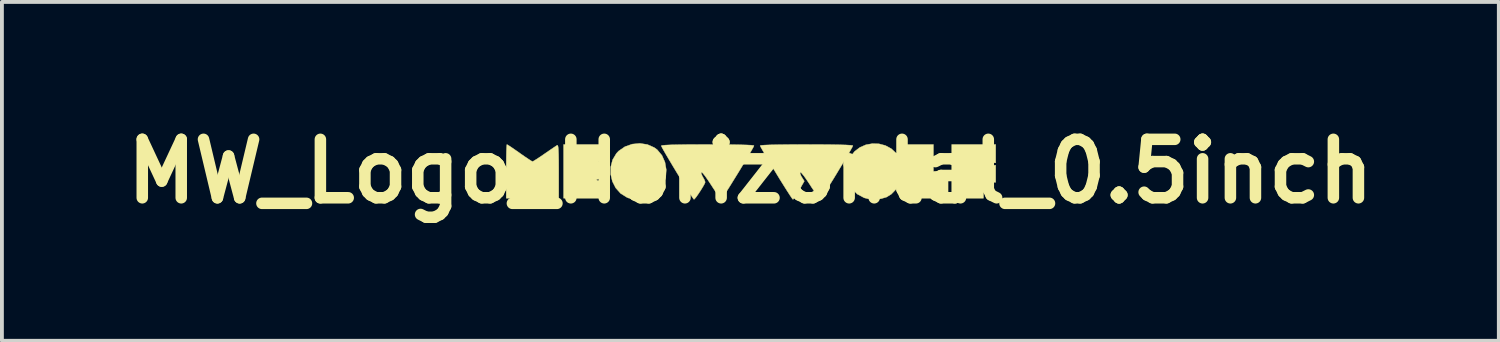
<source format=kicad_pcb>
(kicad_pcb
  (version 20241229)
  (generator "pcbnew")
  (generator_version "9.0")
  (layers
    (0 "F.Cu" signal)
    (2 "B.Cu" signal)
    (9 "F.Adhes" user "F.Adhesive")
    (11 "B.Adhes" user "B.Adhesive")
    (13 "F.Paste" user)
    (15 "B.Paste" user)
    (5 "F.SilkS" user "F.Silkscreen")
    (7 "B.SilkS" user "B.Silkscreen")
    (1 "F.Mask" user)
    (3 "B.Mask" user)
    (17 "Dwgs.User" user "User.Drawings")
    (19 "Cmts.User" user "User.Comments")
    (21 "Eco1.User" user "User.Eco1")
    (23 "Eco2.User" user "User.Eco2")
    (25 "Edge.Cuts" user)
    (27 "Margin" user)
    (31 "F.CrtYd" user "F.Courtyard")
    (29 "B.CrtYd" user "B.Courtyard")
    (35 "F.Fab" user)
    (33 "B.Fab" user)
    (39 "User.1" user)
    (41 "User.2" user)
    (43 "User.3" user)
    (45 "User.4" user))
  (footprint "MW_Logo_Horizontal_0.5inch"
    (layer "F.Cu")
    (at 16.517 1.418)
    (property "Reference" "MW_Logo_Horizontal_0.5inch" (at 0 0 0) (layer "F.SilkS") (effects (font (size 1.524 1.524) (thickness 0.3))))
    (attr through_hole)
    (fp_poly (pts (xy 4.774 0) (xy 5.156 0) (xy 5.156 0.7) (xy 4.074 0.7) (xy 4.074 -0.7) (xy 4.774 -0.7) (xy 4.774 0)) (stroke (width 0.01) (type solid)) (fill yes) (layer "F.SilkS"))
    (fp_poly (pts (xy 6.398 -0.223) (xy 6.255 -0.223) (xy 6.169 -0.216) (xy 6.118 -0.2) (xy 6.111 -0.191) (xy 6.14 -0.172) (xy 6.212 -0.161) (xy 6.255 -0.159) (xy 6.398 -0.159) (xy 6.398 0.286) (xy 6.079 0.286) (xy 6.079 0.7) (xy 5.252 0.7) (xy 5.252 -0.7) (xy 6.398 -0.7) (xy 6.398 -0.223)) (stroke (width 0.01) (type solid)) (fill yes) (layer "F.SilkS"))
    (fp_poly (pts (xy -3.724 -0.255) (xy -3.867 -0.255) (xy -3.962 -0.248) (xy -4.005 -0.227) (xy -4.011 -0.207) (xy -3.992 -0.175) (xy -3.928 -0.161) (xy -3.867 -0.159) (xy -3.724 -0.159) (xy -3.724 0.191) (xy -3.867 0.191) (xy -3.953 0.197) (xy -4.004 0.213) (xy -4.011 0.223) (xy -3.982 0.242) (xy -3.91 0.253) (xy -3.867 0.255) (xy -3.724 0.255) (xy -3.724 0.7) (xy -4.87 0.7) (xy -4.87 -0.7) (xy -3.724 -0.7) (xy -3.724 -0.255)) (stroke (width 0.01) (type solid)) (fill yes) (layer "F.SilkS"))
    (fp_poly (pts (xy -2.684 -0.699) (xy -2.507 -0.621) (xy -2.429 -0.564) (xy -2.304 -0.414) (xy -2.226 -0.236) (xy -2.193 -0.042) (xy -2.206 0.154) (xy -2.265 0.34) (xy -2.37 0.501) (xy -2.44 0.568) (xy -2.6 0.664) (xy -2.791 0.719) (xy -2.989 0.731) (xy -3.175 0.697) (xy -3.215 0.681) (xy -3.382 0.577) (xy -3.511 0.433) (xy -3.598 0.262) (xy -3.642 0.075) (xy -3.64 -0.117) (xy -3.592 -0.301) (xy -3.493 -0.467) (xy -3.433 -0.531) (xy -3.269 -0.644) (xy -3.08 -0.71) (xy -2.88 -0.729) (xy -2.684 -0.699)) (stroke (width 0.01) (type solid)) (fill yes) (layer "F.SilkS"))
    (fp_poly (pts (xy 3.356 -0.717) (xy 3.522 -0.673) (xy 3.675 -0.591) (xy 3.805 -0.47) (xy 3.904 -0.31) (xy 3.964 -0.109) (xy 3.966 -0.101) (xy 3.966 0.091) (xy 3.912 0.281) (xy 3.813 0.454) (xy 3.676 0.595) (xy 3.551 0.672) (xy 3.406 0.714) (xy 3.234 0.728) (xy 3.064 0.714) (xy 2.968 0.69) (xy 2.786 0.592) (xy 2.648 0.451) (xy 2.557 0.271) (xy 2.517 0.058) (xy 2.515 -0.002) (xy 2.541 -0.21) (xy 2.612 -0.383) (xy 2.721 -0.522) (xy 2.858 -0.625) (xy 3.015 -0.693) (xy 3.184 -0.723) (xy 3.356 -0.717)) (stroke (width 0.01) (type solid)) (fill yes) (layer "F.SilkS"))
    (fp_poly (pts (xy -6.317 -0.683) (xy -6.244 -0.636) (xy -6.141 -0.565) (xy -6.019 -0.48) (xy -6.016 -0.477) (xy -5.893 -0.391) (xy -5.789 -0.321) (xy -5.714 -0.273) (xy -5.68 -0.255) (xy -5.68 -0.255) (xy -5.647 -0.272) (xy -5.573 -0.318) (xy -5.47 -0.386) (xy -5.368 -0.456) (xy -5.246 -0.54) (xy -5.142 -0.611) (xy -5.067 -0.661) (xy -5.037 -0.681) (xy -5.024 -0.676) (xy -5.013 -0.64) (xy -5.006 -0.566) (xy -5.001 -0.448) (xy -4.998 -0.28) (xy -4.997 -0.056) (xy -4.997 -0.002) (xy -4.997 0.7) (xy -6.366 0.7) (xy -6.366 0) (xy -6.365 -0.203) (xy -6.363 -0.384) (xy -6.36 -0.531) (xy -6.355 -0.638) (xy -6.35 -0.694) (xy -6.348 -0.7) (xy -6.317 -0.683)) (stroke (width 0.01) (type solid)) (fill yes) (layer "F.SilkS"))
    (fp_poly (pts (xy 1.798 -0.699) (xy 2.082 -0.697) (xy 2.313 -0.693) (xy 2.49 -0.688) (xy 2.609 -0.681) (xy 2.667 -0.673) (xy 2.674 -0.669) (xy 2.658 -0.633) (xy 2.614 -0.553) (xy 2.548 -0.438) (xy 2.464 -0.296) (xy 2.368 -0.137) (xy 2.267 0.031) (xy 2.164 0.2) (xy 2.065 0.359) (xy 1.976 0.5) (xy 1.902 0.615) (xy 1.849 0.695) (xy 1.822 0.73) (xy 1.82 0.731) (xy 1.796 0.705) (xy 1.745 0.635) (xy 1.674 0.531) (xy 1.589 0.403) (xy 1.565 0.365) (xy 1.478 0.233) (xy 1.401 0.125) (xy 1.341 0.051) (xy 1.306 0.018) (xy 1.301 0.018) (xy 1.297 0.054) (xy 1.324 0.122) (xy 1.339 0.147) (xy 1.407 0.256) (xy 1.271 0.494) (xy 1.207 0.602) (xy 1.153 0.684) (xy 1.118 0.728) (xy 1.111 0.732) (xy 1.089 0.706) (xy 1.039 0.633) (xy 0.965 0.519) (xy 0.873 0.373) (xy 0.766 0.202) (xy 0.671 0.046) (xy 0.557 -0.142) (xy 0.455 -0.313) (xy 0.37 -0.459) (xy 0.305 -0.573) (xy 0.265 -0.645) (xy 0.255 -0.67) (xy 0.286 -0.678) (xy 0.377 -0.685) (xy 0.525 -0.691) (xy 0.726 -0.695) (xy 0.977 -0.698) (xy 1.274 -0.7) (xy 1.464 -0.7) (xy 1.798 -0.699)) (stroke (width 0.01) (type solid)) (fill yes) (layer "F.SilkS"))
    (fp_poly (pts (xy -0.79 -0.699) (xy -0.512 -0.697) (xy -0.282 -0.693) (xy -0.103 -0.688) (xy 0.021 -0.682) (xy 0.086 -0.674) (xy 0.095 -0.67) (xy 0.08 -0.635) (xy 0.036 -0.555) (xy -0.031 -0.441) (xy -0.115 -0.299) (xy -0.21 -0.14) (xy -0.312 0.028) (xy -0.416 0.196) (xy -0.515 0.356) (xy -0.604 0.498) (xy -0.678 0.614) (xy -0.731 0.694) (xy -0.759 0.731) (xy -0.761 0.732) (xy -0.784 0.707) (xy -0.834 0.637) (xy -0.905 0.533) (xy -0.989 0.405) (xy -1.014 0.366) (xy -1.101 0.234) (xy -1.177 0.126) (xy -1.237 0.051) (xy -1.272 0.019) (xy -1.277 0.018) (xy -1.282 0.054) (xy -1.254 0.121) (xy -1.242 0.142) (xy -1.2 0.218) (xy -1.179 0.275) (xy -1.178 0.283) (xy -1.194 0.325) (xy -1.236 0.4) (xy -1.293 0.493) (xy -1.356 0.589) (xy -1.413 0.67) (xy -1.456 0.721) (xy -1.47 0.731) (xy -1.491 0.706) (xy -1.541 0.632) (xy -1.615 0.519) (xy -1.707 0.374) (xy -1.813 0.203) (xy -1.907 0.05) (xy -2.021 -0.139) (xy -2.123 -0.31) (xy -2.209 -0.456) (xy -2.274 -0.569) (xy -2.313 -0.642) (xy -2.324 -0.667) (xy -2.296 -0.676) (xy -2.213 -0.684) (xy -2.073 -0.691) (xy -1.874 -0.695) (xy -1.615 -0.699) (xy -1.294 -0.7) (xy -1.114 -0.7) (xy -0.79 -0.699)) (stroke (width 0.01) (type solid)) (fill yes) (layer "F.SilkS")))
  (gr_rect
    (start -3 -3)
    (end 36.035 5.836)
    (stroke (width 0.1) (type default))
    (fill no)
    (layer "Edge.Cuts")))
</source>
